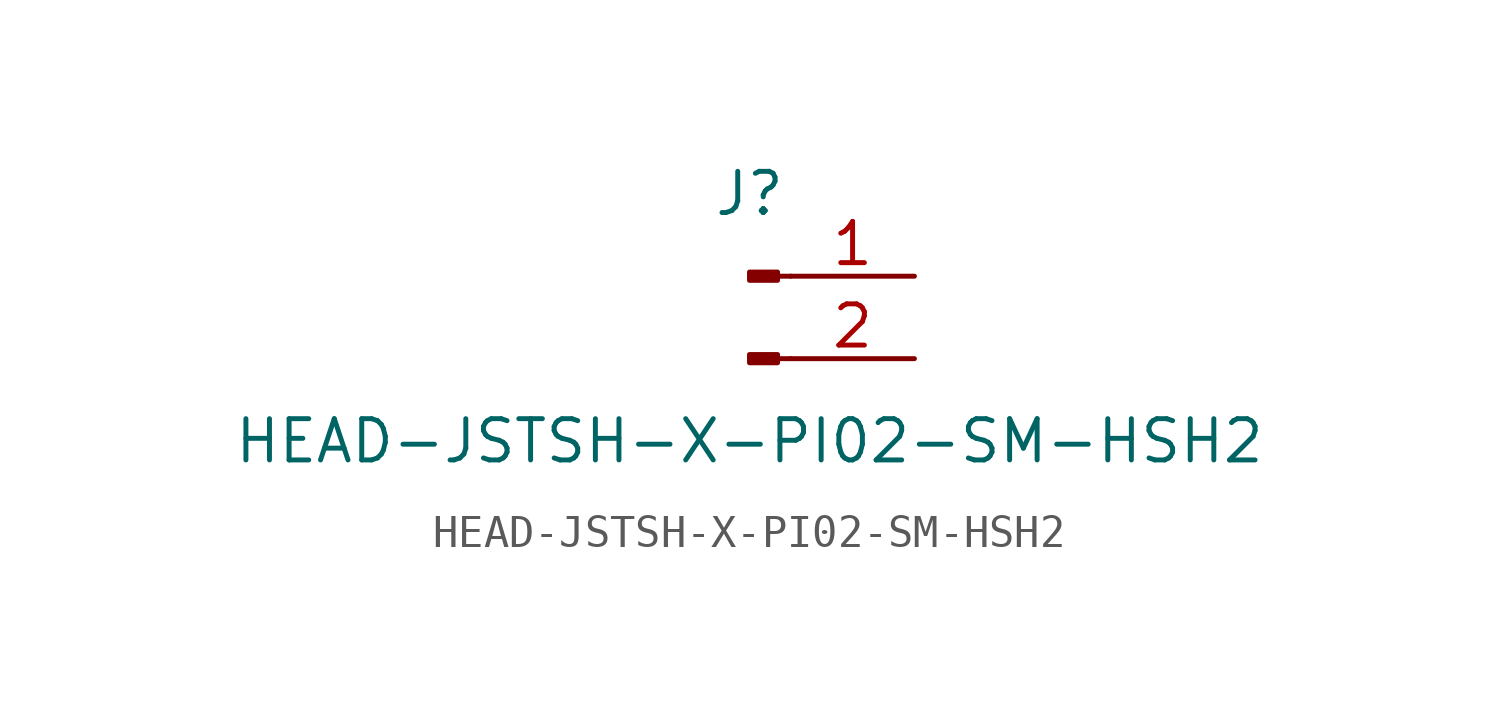
<source format=kicad_sym>
(kicad_symbol_lib
  (version 20211014)
  (generator kicad_symbol_editor)
  (symbol "HEAD-JSTSH-X-PI02-SM-HSH2"
    (pin_names
      (offset 1.016) hide)
    (property "Reference" "J"
      (at 0 2.54 0)
      (effects (font (size 1.27 1.27))))
    (property "Value" "HEAD-JSTSH-X-PI02-SM-HSH2"
      (at 0 -5.08 0)
      (effects (font (size 1.27 1.27))))
    (symbol "HEAD-JSTSH-X-PI02-SM-HSH2_1_1"
      (polyline (pts (xy 1.27 -2.54) (xy 0.864 -2.54)) (stroke (width 0.152) (type default) (color 0 0 0 0)) (fill (type none)))
      (polyline (pts (xy 1.27 0) (xy 0.864 0)) (stroke (width 0.152) (type default) (color 0 0 0 0)) (fill (type none)))
      (rectangle (start 0.864 -2.413) (end 0 -2.667) (stroke (width 0.152) (type default) (color 0 0 0 0)) (fill (type outline)))
      (rectangle (start 0.864 0.127) (end 0 -0.127) (stroke (width 0.152) (type default) (color 0 0 0 0)) (fill (type outline)))
      (pin passive line (at 5.08 0 180) (length 3.81) (name "Pin_1" (effects (font (size 1.27 1.27)))) (number "1" (effects (font (size 1.27 1.27)))))
      (pin passive line (at 5.08 -2.54 180) (length 3.81) (name "Pin_2" (effects (font (size 1.27 1.27)))) (number "2" (effects (font (size 1.27 1.27))))))))
</source>
